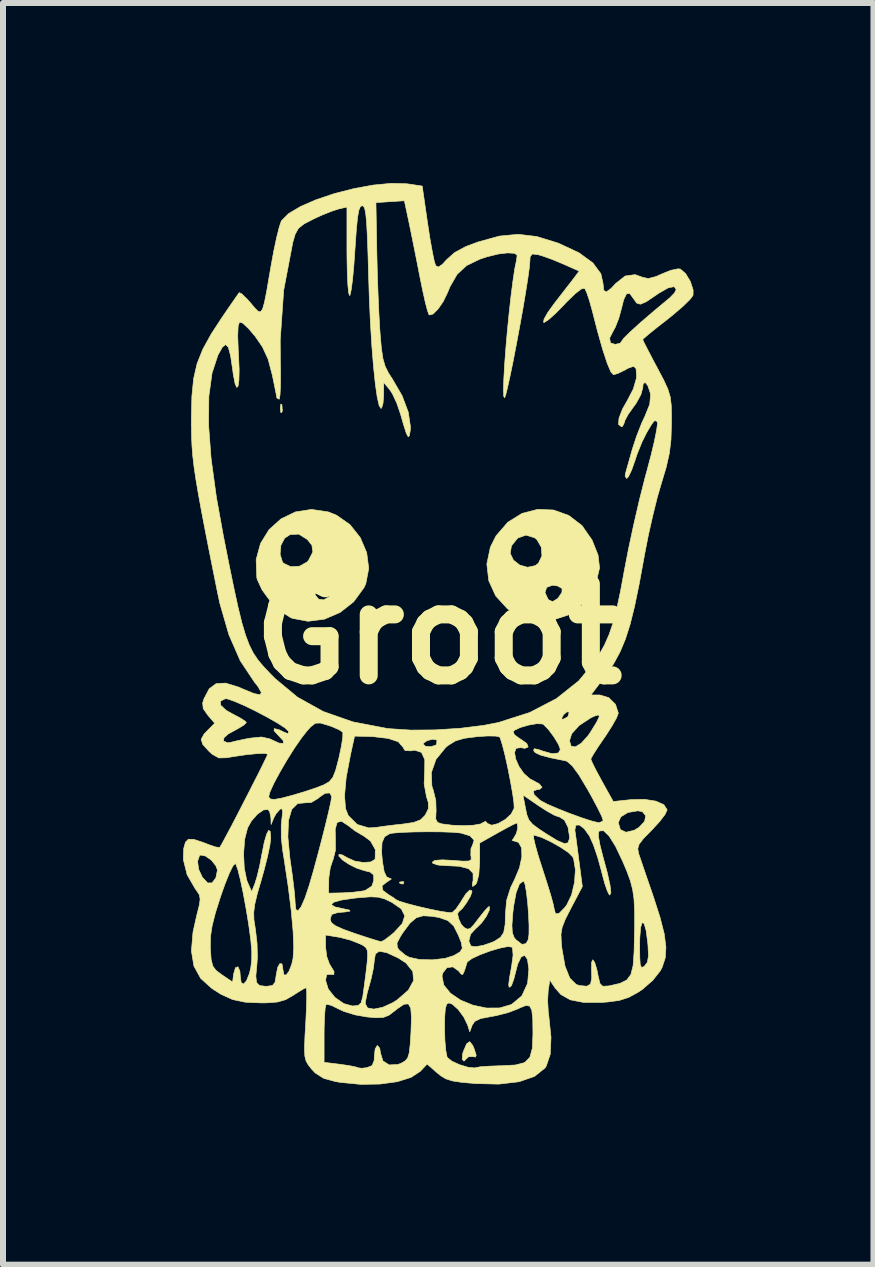
<source format=kicad_pcb>
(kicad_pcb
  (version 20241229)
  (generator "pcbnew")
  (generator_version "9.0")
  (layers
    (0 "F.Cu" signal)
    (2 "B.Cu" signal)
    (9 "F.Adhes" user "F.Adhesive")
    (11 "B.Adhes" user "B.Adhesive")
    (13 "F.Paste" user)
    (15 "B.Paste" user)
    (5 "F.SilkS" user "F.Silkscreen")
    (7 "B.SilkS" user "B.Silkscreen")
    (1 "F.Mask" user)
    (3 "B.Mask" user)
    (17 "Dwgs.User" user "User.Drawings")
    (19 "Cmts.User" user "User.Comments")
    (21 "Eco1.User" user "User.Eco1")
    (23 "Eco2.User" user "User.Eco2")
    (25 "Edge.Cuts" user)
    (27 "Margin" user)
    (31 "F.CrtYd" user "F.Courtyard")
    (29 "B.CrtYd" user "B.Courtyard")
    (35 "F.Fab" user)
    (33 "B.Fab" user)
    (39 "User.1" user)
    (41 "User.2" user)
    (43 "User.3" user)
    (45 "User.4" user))
  (footprint "Groot"
    (layer "F.Cu")
    (at 4.255 7.514)
    (property "Reference" "Groot" (at 0 0 0) (layer "F.SilkS") (effects (font (size 1.524 1.524) (thickness 0.3))))
    (attr through_hole)
    (fp_poly (pts (xy -2.608 -3.823) (xy -2.601 -3.719) (xy -2.608 -3.696) (xy -2.626 -3.689) (xy -2.634 -3.759) (xy -2.626 -3.831) (xy -2.608 -3.823)) (stroke (width 0.01) (type solid)) (fill yes) (layer "F.SilkS"))
    (fp_poly (pts (xy -0.576 4.132) (xy -0.583 4.162) (xy -0.61 4.166) (xy -0.651 4.147) (xy -0.643 4.132) (xy -0.583 4.126) (xy -0.576 4.132)) (stroke (width 0.01) (type solid)) (fill yes) (layer "F.SilkS"))
    (fp_poly (pts (xy 0.571 6.854) (xy 0.597 6.916) (xy 0.63 7.019) (xy 0.616 7.05) (xy 0.583 7.042) (xy 0.503 7.044) (xy 0.481 7.063) (xy 0.427 7.117) (xy 0.397 7.088) (xy 0.403 6.998) (xy 0.414 6.96) (xy 0.471 6.827) (xy 0.521 6.792) (xy 0.571 6.854)) (stroke (width 0.01) (type solid)) (fill yes) (layer "F.SilkS"))
    (fp_poly (pts (xy -1.834 -2.034) (xy -1.699 -1.98) (xy -1.473 -1.822) (xy -1.302 -1.606) (xy -1.195 -1.355) (xy -1.161 -1.092) (xy -1.209 -0.841) (xy -1.24 -0.772) (xy -1.412 -0.537) (xy -1.639 -0.359) (xy -1.9 -0.247) (xy -2.172 -0.212) (xy -2.433 -0.261) (xy -2.464 -0.274) (xy -2.632 -0.382) (xy -2.8 -0.547) (xy -2.879 -0.654) (xy -2.055 -0.654) (xy -1.997 -0.581) (xy -1.911 -0.569) (xy -1.82 -0.621) (xy -1.803 -0.685) (xy -1.842 -0.771) (xy -1.927 -0.808) (xy -2.013 -0.783) (xy -2.034 -0.759) (xy -2.055 -0.654) (xy -2.879 -0.654) (xy -2.938 -0.735) (xy -3.02 -0.912) (xy -3.026 -0.94) (xy -3.037 -1.239) (xy -3.013 -1.329) (xy -2.638 -1.329) (xy -2.599 -1.201) (xy -2.581 -1.179) (xy -2.46 -1.121) (xy -2.314 -1.13) (xy -2.188 -1.2) (xy -2.162 -1.231) (xy -2.092 -1.367) (xy -2.108 -1.479) (xy -2.184 -1.575) (xy -2.327 -1.664) (xy -2.471 -1.657) (xy -2.562 -1.597) (xy -2.625 -1.478) (xy -2.638 -1.329) (xy -3.013 -1.329) (xy -2.964 -1.509) (xy -2.822 -1.739) (xy -2.623 -1.918) (xy -2.383 -2.034) (xy -2.115 -2.076) (xy -1.834 -2.034)) (stroke (width 0.01) (type solid)) (fill yes) (layer "F.SilkS"))
    (fp_poly (pts (xy 1.919 -2.066) (xy 2.171 -1.976) (xy 2.391 -1.808) (xy 2.56 -1.566) (xy 2.66 -1.316) (xy 2.685 -1.1) (xy 2.633 -0.885) (xy 2.578 -0.763) (xy 2.395 -0.497) (xy 2.165 -0.318) (xy 1.892 -0.228) (xy 1.817 -0.221) (xy 1.637 -0.221) (xy 1.48 -0.24) (xy 1.424 -0.257) (xy 1.152 -0.419) (xy 0.955 -0.634) (xy 0.929 -0.691) (xy 1.776 -0.691) (xy 1.824 -0.586) (xy 1.84 -0.568) (xy 1.903 -0.539) (xy 1.981 -0.587) (xy 1.998 -0.604) (xy 2.058 -0.694) (xy 2.061 -0.757) (xy 1.988 -0.8) (xy 1.902 -0.813) (xy 1.804 -0.777) (xy 1.776 -0.691) (xy 0.929 -0.691) (xy 0.839 -0.888) (xy 0.807 -1.165) (xy 0.844 -1.343) (xy 1.196 -1.343) (xy 1.25 -1.231) (xy 1.355 -1.149) (xy 1.485 -1.112) (xy 1.613 -1.139) (xy 1.666 -1.179) (xy 1.725 -1.301) (xy 1.714 -1.447) (xy 1.64 -1.574) (xy 1.604 -1.603) (xy 1.458 -1.648) (xy 1.321 -1.598) (xy 1.217 -1.469) (xy 1.196 -1.343) (xy 0.844 -1.343) (xy 0.866 -1.448) (xy 0.959 -1.634) (xy 1.156 -1.862) (xy 1.394 -2.01) (xy 1.654 -2.077) (xy 1.919 -2.066)) (stroke (width 0.01) (type solid)) (fill yes) (layer "F.SilkS"))
    (fp_poly (pts (xy -0.528 -7.502) (xy -0.491 -7.497) (xy -0.27 -7.464) (xy -0.179 -6.836) (xy -0.141 -6.589) (xy -0.103 -6.377) (xy -0.071 -6.22) (xy -0.047 -6.141) (xy -0.046 -6.139) (xy -0.002 -6.114) (xy 0.067 -6.16) (xy 0.138 -6.238) (xy 0.268 -6.354) (xy 0.454 -6.455) (xy 0.66 -6.532) (xy 1.015 -6.63) (xy 1.329 -6.66) (xy 1.639 -6.623) (xy 1.981 -6.518) (xy 2.017 -6.504) (xy 2.342 -6.352) (xy 2.573 -6.184) (xy 2.707 -6.003) (xy 2.743 -5.84) (xy 2.755 -5.727) (xy 2.796 -5.699) (xy 2.876 -5.757) (xy 2.956 -5.842) (xy 3.112 -5.965) (xy 3.277 -5.988) (xy 3.405 -5.943) (xy 3.497 -5.923) (xy 3.625 -5.956) (xy 3.726 -6.001) (xy 3.873 -6.06) (xy 3.993 -6.085) (xy 4.031 -6.081) (xy 4.119 -6.005) (xy 4.198 -5.874) (xy 4.244 -5.733) (xy 4.243 -5.644) (xy 4.192 -5.575) (xy 4.079 -5.464) (xy 3.921 -5.328) (xy 3.809 -5.238) (xy 3.639 -5.105) (xy 3.504 -4.996) (xy 3.422 -4.925) (xy 3.404 -4.906) (xy 3.426 -4.857) (xy 3.487 -4.738) (xy 3.575 -4.569) (xy 3.645 -4.438) (xy 3.754 -4.231) (xy 3.824 -4.079) (xy 3.863 -3.949) (xy 3.88 -3.807) (xy 3.884 -3.619) (xy 3.883 -3.505) (xy 3.875 -3.237) (xy 3.848 -3.011) (xy 3.796 -2.78) (xy 3.719 -2.524) (xy 3.648 -2.281) (xy 3.572 -1.974) (xy 3.497 -1.641) (xy 3.434 -1.319) (xy 3.427 -1.279) (xy 3.344 -0.827) (xy 3.268 -0.459) (xy 3.194 -0.16) (xy 3.115 0.087) (xy 3.027 0.297) (xy 2.924 0.488) (xy 2.8 0.674) (xy 2.721 0.779) (xy 2.541 1.016) (xy 2.69 1.016) (xy 2.837 1.06) (xy 2.95 1.171) (xy 2.997 1.316) (xy 2.997 1.319) (xy 2.969 1.396) (xy 2.895 1.528) (xy 2.791 1.691) (xy 2.768 1.724) (xy 2.66 1.882) (xy 2.58 2.008) (xy 2.541 2.079) (xy 2.54 2.085) (xy 2.563 2.143) (xy 2.624 2.266) (xy 2.711 2.427) (xy 2.726 2.455) (xy 2.913 2.791) (xy 3.207 2.76) (xy 3.434 2.755) (xy 3.624 2.785) (xy 3.756 2.844) (xy 3.81 2.927) (xy 3.81 2.934) (xy 3.776 3.007) (xy 3.687 3.124) (xy 3.561 3.261) (xy 3.551 3.271) (xy 3.417 3.408) (xy 3.345 3.501) (xy 3.322 3.574) (xy 3.334 3.653) (xy 3.344 3.682) (xy 3.382 3.793) (xy 3.443 3.973) (xy 3.519 4.193) (xy 3.578 4.365) (xy 3.692 4.719) (xy 3.763 4.998) (xy 3.791 5.22) (xy 3.779 5.399) (xy 3.728 5.554) (xy 3.697 5.612) (xy 3.574 5.768) (xy 3.402 5.919) (xy 3.332 5.967) (xy 3.17 6.055) (xy 3.012 6.106) (xy 2.815 6.132) (xy 2.709 6.139) (xy 2.414 6.138) (xy 2.196 6.095) (xy 2.039 6.006) (xy 1.946 5.9) (xy 1.856 5.766) (xy 1.829 5.944) (xy 1.82 6.11) (xy 1.831 6.303) (xy 1.838 6.35) (xy 1.876 6.72) (xy 1.863 7.003) (xy 1.797 7.199) (xy 1.775 7.232) (xy 1.602 7.371) (xy 1.345 7.46) (xy 1.006 7.5) (xy 0.626 7.491) (xy 0.393 7.471) (xy 0.234 7.447) (xy 0.123 7.412) (xy 0.035 7.358) (xy -0.023 7.31) (xy -0.188 7.166) (xy -0.302 7.287) (xy -0.456 7.388) (xy -0.687 7.46) (xy -0.974 7.499) (xy -1.296 7.504) (xy -1.634 7.471) (xy -1.713 7.458) (xy -1.911 7.404) (xy -2.051 7.315) (xy -2.113 7.25) (xy -2.169 7.179) (xy -2.206 7.113) (xy -2.226 7.031) (xy -2.231 6.911) (xy -2.225 6.731) (xy -2.222 6.671) (xy -1.905 6.671) (xy -1.905 7.137) (xy -1.635 7.17) (xy -1.48 7.193) (xy -1.372 7.215) (xy -1.342 7.227) (xy -1.28 7.236) (xy -1.193 7.226) (xy -1.105 7.191) (xy -1.071 7.109) (xy -1.067 7.03) (xy -1.054 6.915) (xy -1.021 6.859) (xy -1.016 6.858) (xy -0.978 6.901) (xy -0.965 6.983) (xy -0.925 7.113) (xy -0.821 7.18) (xy -0.676 7.173) (xy -0.621 7.152) (xy -0.555 7.114) (xy -0.512 7.064) (xy -0.486 6.978) (xy -0.47 6.834) (xy -0.457 6.635) (xy -0.455 6.566) (xy 0.102 6.566) (xy 0.108 6.77) (xy 0.123 6.94) (xy 0.144 7.046) (xy 0.15 7.059) (xy 0.226 7.119) (xy 0.354 7.177) (xy 0.494 7.219) (xy 0.604 7.23) (xy 0.629 7.224) (xy 0.699 7.211) (xy 0.841 7.201) (xy 1.026 7.194) (xy 1.052 7.194) (xy 1.285 7.181) (xy 1.437 7.141) (xy 1.524 7.054) (xy 1.565 6.903) (xy 1.575 6.67) (xy 1.575 6.649) (xy 1.572 6.416) (xy 1.556 6.27) (xy 1.521 6.199) (xy 1.457 6.19) (xy 1.358 6.229) (xy 1.329 6.244) (xy 1.165 6.307) (xy 0.963 6.359) (xy 0.873 6.375) (xy 0.701 6.408) (xy 0.605 6.455) (xy 0.562 6.52) (xy 0.522 6.628) (xy 0.488 6.518) (xy 0.423 6.383) (xy 0.329 6.256) (xy 0.231 6.168) (xy 0.174 6.147) (xy 0.137 6.169) (xy 0.115 6.245) (xy 0.104 6.393) (xy 0.102 6.566) (xy -0.455 6.566) (xy -0.449 6.388) (xy -0.461 6.234) (xy -0.501 6.163) (xy -0.573 6.169) (xy -0.683 6.243) (xy -0.722 6.275) (xy -0.824 6.352) (xy -0.918 6.389) (xy -1.042 6.394) (xy -1.188 6.381) (xy -1.389 6.346) (xy -1.577 6.288) (xy -1.666 6.246) (xy -1.784 6.188) (xy -1.862 6.17) (xy -1.873 6.174) (xy -1.887 6.236) (xy -1.898 6.375) (xy -1.904 6.566) (xy -1.905 6.671) (xy -2.222 6.671) (xy -2.211 6.492) (xy -2.2 6.259) (xy -2.194 6.068) (xy -2.195 5.94) (xy -2.203 5.893) (xy -2.258 5.919) (xy -2.365 5.985) (xy -2.418 6.02) (xy -2.546 6.093) (xy -2.681 6.132) (xy -2.863 6.146) (xy -2.95 6.147) (xy -3.219 6.135) (xy -3.429 6.091) (xy -3.623 6.003) (xy -3.775 5.906) (xy -3.961 5.738) (xy -4.074 5.533) (xy -4.116 5.279) (xy -4.109 5.203) (xy -3.801 5.203) (xy -3.8 5.245) (xy -3.787 5.422) (xy -3.76 5.531) (xy -3.705 5.606) (xy -3.607 5.679) (xy -3.429 5.799) (xy -3.413 5.668) (xy -3.382 5.561) (xy -3.34 5.545) (xy -3.308 5.617) (xy -3.302 5.694) (xy -3.287 5.807) (xy -3.249 5.833) (xy -3.199 5.781) (xy -3.15 5.659) (xy -3.127 5.564) (xy -3.111 5.437) (xy -3.11 5.287) (xy -3.127 5.093) (xy -3.162 4.836) (xy -3.204 4.581) (xy -3.252 4.32) (xy -3.299 4.097) (xy -3.341 3.93) (xy -3.374 3.837) (xy -3.385 3.825) (xy -3.423 3.863) (xy -3.482 3.982) (xy -3.556 4.166) (xy -3.628 4.369) (xy -3.716 4.647) (xy -3.77 4.86) (xy -3.797 5.036) (xy -3.801 5.203) (xy -4.109 5.203) (xy -4.089 4.967) (xy -4.03 4.701) (xy -3.986 4.527) (xy -3.97 4.419) (xy -3.984 4.345) (xy -4.031 4.273) (xy -4.052 4.245) (xy -4.187 4.011) (xy -4.243 3.787) (xy -4.013 3.787) (xy -3.995 3.921) (xy -3.934 4.052) (xy -3.934 4.053) (xy -3.845 4.148) (xy -3.772 4.147) (xy -3.708 4.064) (xy -3.682 3.933) (xy -3.708 3.862) (xy -3.785 3.766) (xy -3.882 3.699) (xy -3.963 3.683) (xy -3.981 3.693) (xy -4.013 3.787) (xy -4.243 3.787) (xy -4.25 3.758) (xy -4.247 3.658) (xy -3.246 3.658) (xy -3.235 3.899) (xy -3.194 4.1) (xy -3.179 4.14) (xy -3.111 4.293) (xy -3.056 4.154) (xy -3.019 4.032) (xy -2.976 3.851) (xy -2.942 3.671) (xy -2.902 3.471) (xy -2.862 3.334) (xy -2.828 3.271) (xy -2.803 3.289) (xy -2.794 3.398) (xy -2.794 3.4) (xy -2.808 3.519) (xy -2.847 3.706) (xy -2.904 3.931) (xy -2.949 4.092) (xy -3.019 4.331) (xy -3.06 4.503) (xy -3.077 4.637) (xy -3.074 4.76) (xy -3.052 4.903) (xy -3.048 4.928) (xy -3.022 5.152) (xy -3.016 5.388) (xy -3.025 5.513) (xy -3.042 5.7) (xy -3.03 5.808) (xy -2.979 5.858) (xy -2.88 5.87) (xy -2.861 5.87) (xy -2.765 5.857) (xy -2.721 5.801) (xy -2.702 5.677) (xy -2.678 5.555) (xy -2.641 5.491) (xy -2.606 5.498) (xy -2.591 5.588) (xy -2.591 5.592) (xy -2.575 5.678) (xy -2.537 5.682) (xy -2.489 5.619) (xy -2.444 5.502) (xy -2.422 5.406) (xy -2.411 5.225) (xy -2.411 5.216) (xy -1.88 5.216) (xy -1.861 5.373) (xy -1.815 5.5) (xy -1.805 5.515) (xy -1.739 5.624) (xy -1.743 5.677) (xy -1.803 5.671) (xy -1.862 5.677) (xy -1.88 5.767) (xy -1.88 5.771) (xy -1.835 5.917) (xy -1.724 6.056) (xy -1.576 6.159) (xy -1.431 6.198) (xy -1.339 6.19) (xy -1.303 6.16) (xy -1.219 6.16) (xy -1.18 6.231) (xy -1.076 6.25) (xy -0.929 6.22) (xy -0.76 6.143) (xy -0.686 6.096) (xy -0.5 5.934) (xy -0.414 5.775) (xy -0.42 5.7) (xy 0.06 5.7) (xy 0.09 5.849) (xy 0.2 5.985) (xy 0.369 6.1) (xy 0.576 6.185) (xy 0.8 6.232) (xy 1.02 6.231) (xy 1.215 6.174) (xy 1.221 6.171) (xy 1.39 6.03) (xy 1.486 5.821) (xy 1.507 5.586) (xy 1.484 5.423) (xy 1.437 5.355) (xy 1.379 5.381) (xy 1.321 5.5) (xy 1.296 5.597) (xy 1.258 5.745) (xy 1.221 5.849) (xy 1.206 5.872) (xy 1.178 5.886) (xy 1.171 5.842) (xy 1.185 5.726) (xy 1.22 5.534) (xy 1.244 5.353) (xy 1.236 5.239) (xy 1.224 5.217) (xy 1.155 5.208) (xy 1.024 5.234) (xy 0.861 5.282) (xy 0.697 5.343) (xy 0.561 5.406) (xy 0.484 5.461) (xy 0.477 5.474) (xy 0.433 5.614) (xy 0.405 5.673) (xy 0.378 5.667) (xy 0.338 5.616) (xy 0.241 5.546) (xy 0.141 5.56) (xy 0.072 5.65) (xy 0.06 5.7) (xy -0.42 5.7) (xy -0.427 5.623) (xy -0.54 5.482) (xy -0.671 5.397) (xy -0.862 5.309) (xy -0.985 5.286) (xy -1.049 5.329) (xy -1.067 5.428) (xy -1.082 5.563) (xy -1.12 5.739) (xy -1.142 5.821) (xy -1.187 5.983) (xy -1.214 6.116) (xy -1.219 6.16) (xy -1.303 6.16) (xy -1.289 6.148) (xy -1.261 6.047) (xy -1.248 5.956) (xy -1.211 5.676) (xy -1.188 5.479) (xy -1.179 5.349) (xy -1.186 5.269) (xy -1.211 5.222) (xy -1.254 5.19) (xy -1.311 5.161) (xy -1.34 5.15) (xy -0.69 5.15) (xy -0.684 5.223) (xy -0.655 5.264) (xy -0.551 5.352) (xy -0.484 5.387) (xy -0.314 5.424) (xy -0.1 5.429) (xy 0.111 5.405) (xy 0.257 5.358) (xy 0.359 5.298) (xy 0.398 5.237) (xy 0.381 5.141) (xy 0.333 5.019) (xy 0.255 4.865) (xy 0.158 4.775) (xy 0.012 4.724) (xy -0.104 4.704) (xy -0.254 4.695) (xy -0.369 4.728) (xy -0.475 4.819) (xy -0.595 4.981) (xy -0.634 5.042) (xy -0.69 5.15) (xy -1.34 5.15) (xy -1.465 5.101) (xy -1.645 5.054) (xy -1.671 5.05) (xy -1.88 5.016) (xy -1.88 5.216) (xy -2.411 5.216) (xy -2.421 4.957) (xy -2.44 4.75) (xy -1.803 4.75) (xy -1.785 4.808) (xy -1.717 4.861) (xy -1.584 4.921) (xy -1.397 4.988) (xy -1.207 5.051) (xy -1.055 5.099) (xy -0.966 5.125) (xy -0.954 5.127) (xy -0.898 5.099) (xy -0.796 5.022) (xy -0.738 4.973) (xy -0.601 4.823) (xy -0.561 4.695) (xy -0.619 4.58) (xy -0.775 4.472) (xy -0.894 4.415) (xy -1.001 4.385) (xy -1.13 4.379) (xy -1.314 4.393) (xy -1.397 4.401) (xy -1.616 4.433) (xy -1.746 4.47) (xy -1.784 4.508) (xy -1.727 4.546) (xy -1.589 4.577) (xy -1.483 4.6) (xy -1.473 4.617) (xy -1.561 4.632) (xy -1.676 4.641) (xy -1.778 4.673) (xy -1.803 4.75) (xy -2.44 4.75) (xy -2.452 4.613) (xy -2.503 4.205) (xy -2.572 3.745) (xy -2.596 3.599) (xy -2.618 3.393) (xy -2.618 3.38) (xy -2.508 3.38) (xy -2.474 3.743) (xy -2.464 3.809) (xy -2.431 4.044) (xy -2.405 4.257) (xy -2.39 4.418) (xy -2.388 4.474) (xy -2.375 4.59) (xy -2.341 4.613) (xy -2.289 4.548) (xy -2.224 4.401) (xy -2.196 4.318) (xy -1.829 4.318) (xy -1.587 4.313) (xy -1.412 4.302) (xy -1.259 4.282) (xy -1.219 4.273) (xy -1.109 4.201) (xy -1.077 4.106) (xy -1.08 4.014) (xy -1.137 3.967) (xy -1.237 3.942) (xy -1.36 3.902) (xy -1.489 3.838) (xy -1.598 3.765) (xy -1.658 3.701) (xy -1.657 3.672) (xy -1.603 3.68) (xy -1.516 3.729) (xy -1.394 3.784) (xy -1.252 3.807) (xy -1.127 3.798) (xy -1.057 3.755) (xy -1.055 3.748) (xy -1.052 3.643) (xy -0.946 3.643) (xy -0.933 3.789) (xy -0.904 3.96) (xy -0.863 4.047) (xy -0.819 4.067) (xy -0.783 4.082) (xy -0.843 4.122) (xy -0.852 4.127) (xy -0.94 4.196) (xy -0.927 4.271) (xy -0.835 4.34) (xy -0.745 4.396) (xy -0.711 4.424) (xy -0.647 4.454) (xy -0.511 4.495) (xy -0.333 4.541) (xy -0.141 4.585) (xy 0.036 4.621) (xy 0.17 4.641) (xy 0.229 4.641) (xy 0.292 4.583) (xy 0.369 4.472) (xy 0.386 4.442) (xy 0.461 4.325) (xy 0.523 4.266) (xy 0.557 4.279) (xy 0.559 4.297) (xy 0.533 4.37) (xy 0.472 4.474) (xy 0.401 4.571) (xy 0.347 4.621) (xy 0.341 4.623) (xy 0.32 4.66) (xy 0.337 4.744) (xy 0.379 4.836) (xy 0.426 4.889) (xy 0.481 4.918) (xy 0.53 4.907) (xy 0.593 4.841) (xy 0.682 4.724) (xy 0.771 4.612) (xy 0.833 4.547) (xy 0.849 4.541) (xy 0.848 4.602) (xy 0.798 4.705) (xy 0.72 4.814) (xy 0.635 4.898) (xy 0.627 4.903) (xy 0.536 5.001) (xy 0.507 5.116) (xy 0.541 5.198) (xy 0.614 5.211) (xy 0.743 5.189) (xy 0.89 5.139) (xy 0.94 5.116) (xy 1.034 5.055) (xy 1.088 4.974) (xy 1.109 4.855) (xy 1.225 4.855) (xy 1.232 4.979) (xy 1.262 5.058) (xy 1.293 5.095) (xy 1.393 5.172) (xy 1.46 5.158) (xy 1.496 5.094) (xy 1.509 5.005) (xy 1.509 5.004) (xy 2.042 5.004) (xy 2.048 5.144) (xy 2.058 5.243) (xy 2.11 5.535) (xy 2.189 5.733) (xy 2.296 5.839) (xy 2.349 5.857) (xy 2.471 5.869) (xy 2.535 5.834) (xy 2.555 5.732) (xy 2.551 5.608) (xy 2.552 5.472) (xy 2.572 5.428) (xy 2.604 5.472) (xy 2.642 5.598) (xy 2.662 5.701) (xy 2.691 5.823) (xy 2.737 5.869) (xy 2.831 5.865) (xy 2.859 5.86) (xy 3.027 5.821) (xy 3.139 5.765) (xy 3.207 5.674) (xy 3.244 5.526) (xy 3.26 5.304) (xy 3.263 5.193) (xy 3.263 5.178) (xy 3.353 5.178) (xy 3.355 5.382) (xy 3.362 5.502) (xy 3.38 5.552) (xy 3.411 5.55) (xy 3.435 5.532) (xy 3.482 5.469) (xy 3.5 5.364) (xy 3.492 5.19) (xy 3.49 5.164) (xy 3.462 4.945) (xy 3.428 4.826) (xy 3.396 4.807) (xy 3.37 4.888) (xy 3.355 5.068) (xy 3.353 5.178) (xy 3.263 5.178) (xy 3.27 4.862) (xy 3.269 4.611) (xy 3.259 4.416) (xy 3.236 4.256) (xy 3.197 4.108) (xy 3.139 3.95) (xy 3.073 3.794) (xy 2.952 3.539) (xy 2.844 3.366) (xy 2.753 3.278) (xy 2.684 3.281) (xy 2.668 3.3) (xy 2.666 3.37) (xy 2.69 3.508) (xy 2.735 3.685) (xy 2.737 3.694) (xy 2.813 3.974) (xy 2.859 4.182) (xy 2.874 4.309) (xy 2.856 4.349) (xy 2.848 4.346) (xy 2.816 4.286) (xy 2.77 4.153) (xy 2.722 3.973) (xy 2.713 3.936) (xy 2.653 3.72) (xy 2.584 3.516) (xy 2.518 3.368) (xy 2.516 3.365) (xy 2.429 3.243) (xy 2.348 3.182) (xy 2.29 3.186) (xy 2.274 3.263) (xy 2.275 3.277) (xy 2.289 3.373) (xy 2.311 3.539) (xy 2.337 3.742) (xy 2.344 3.793) (xy 2.398 4.208) (xy 2.21 4.566) (xy 2.115 4.752) (xy 2.062 4.886) (xy 2.042 5.004) (xy 1.509 5.004) (xy 1.51 4.855) (xy 1.502 4.671) (xy 1.487 4.478) (xy 1.467 4.303) (xy 1.444 4.174) (xy 1.421 4.116) (xy 1.418 4.115) (xy 1.351 4.164) (xy 1.295 4.308) (xy 1.252 4.539) (xy 1.239 4.659) (xy 1.225 4.855) (xy 1.109 4.855) (xy 1.112 4.843) (xy 1.117 4.666) (xy 1.136 4.438) (xy 1.203 4.227) (xy 1.267 4.095) (xy 1.351 3.896) (xy 1.39 3.712) (xy 1.386 3.564) (xy 1.336 3.473) (xy 1.279 3.454) (xy 1.228 3.44) (xy 1.257 3.398) (xy 1.586 3.398) (xy 1.614 3.52) (xy 1.665 3.7) (xy 1.736 3.921) (xy 1.737 3.924) (xy 1.812 4.157) (xy 1.874 4.359) (xy 1.915 4.51) (xy 1.93 4.585) (xy 1.952 4.663) (xy 2.014 4.652) (xy 2.109 4.554) (xy 2.139 4.513) (xy 2.219 4.347) (xy 2.268 4.138) (xy 2.282 3.926) (xy 2.254 3.752) (xy 2.238 3.714) (xy 2.167 3.642) (xy 2.034 3.552) (xy 1.874 3.462) (xy 1.719 3.389) (xy 1.603 3.354) (xy 1.588 3.353) (xy 1.586 3.398) (xy 1.257 3.398) (xy 1.26 3.393) (xy 1.301 3.32) (xy 1.322 3.226) (xy 1.315 3.159) (xy 1.301 3.15) (xy 1.25 3.173) (xy 1.135 3.233) (xy 0.984 3.316) (xy 0.688 3.483) (xy 0.687 3.796) (xy 0.673 4.011) (xy 0.637 4.147) (xy 0.616 4.176) (xy 0.57 4.208) (xy 0.565 4.164) (xy 0.578 4.104) (xy 0.577 3.986) (xy 0.502 3.91) (xy 0.345 3.87) (xy 0.156 3.861) (xy -0.007 3.85) (xy -0.093 3.821) (xy -0.102 3.803) (xy -0.061 3.772) (xy 0.066 3.763) (xy 0.233 3.772) (xy 0.411 3.785) (xy 0.509 3.782) (xy 0.546 3.759) (xy 0.545 3.711) (xy 0.54 3.693) (xy 0.542 3.577) (xy 0.569 3.518) (xy 0.594 3.434) (xy 0.526 3.363) (xy 0.374 3.316) (xy 0.372 3.316) (xy 0.243 3.304) (xy 0.052 3.297) (xy -0.172 3.295) (xy -0.4 3.298) (xy -0.603 3.305) (xy -0.754 3.317) (xy -0.812 3.327) (xy -0.897 3.379) (xy -0.94 3.478) (xy -0.946 3.643) (xy -1.052 3.643) (xy -1.051 3.592) (xy -1.132 3.449) (xy -1.238 3.37) (xy -1.385 3.283) (xy -1.508 3.189) (xy -1.617 3.119) (xy -1.689 3.141) (xy -1.72 3.256) (xy -1.716 3.405) (xy -1.716 3.605) (xy -1.754 3.757) (xy -1.759 3.766) (xy -1.802 3.895) (xy -1.826 4.062) (xy -1.827 4.102) (xy -1.829 4.318) (xy -2.196 4.318) (xy -2.153 4.189) (xy -2.087 3.962) (xy -2.017 3.705) (xy -1.947 3.439) (xy -1.883 3.186) (xy -1.83 2.966) (xy -1.793 2.8) (xy -1.778 2.709) (xy -1.778 2.705) (xy -1.786 2.692) (xy -1.564 2.692) (xy -1.548 2.908) (xy -1.502 3.025) (xy -1.352 3.174) (xy -1.159 3.231) (xy -1.041 3.223) (xy -0.904 3.203) (xy -0.717 3.18) (xy -0.594 3.167) (xy -0.412 3.14) (xy -0.299 3.097) (xy -0.226 3.026) (xy -0.217 3.012) (xy -0.166 2.909) (xy -0.169 2.805) (xy -0.199 2.711) (xy -0.238 2.497) (xy -0.23 2.309) (xy -0.118 2.309) (xy -0.109 2.533) (xy -0.086 2.602) (xy -0.044 2.772) (xy -0.038 2.952) (xy -0.039 2.955) (xy -0.045 3.081) (xy -0.014 3.14) (xy 0.058 3.164) (xy 0.231 3.186) (xy 0.417 3.193) (xy 0.584 3.186) (xy 0.703 3.165) (xy 0.74 3.144) (xy 0.786 3.121) (xy 0.818 3.157) (xy 0.887 3.186) (xy 0.996 3.158) (xy 1.115 3.09) (xy 1.213 2.999) (xy 1.262 2.903) (xy 1.258 2.81) (xy 1.24 2.682) (xy 1.409 2.682) (xy 1.446 2.877) (xy 1.473 3.01) (xy 1.508 3.099) (xy 1.571 3.172) (xy 1.684 3.255) (xy 1.796 3.329) (xy 1.979 3.441) (xy 2.096 3.491) (xy 2.159 3.48) (xy 2.183 3.41) (xy 2.184 3.375) (xy 2.16 3.22) (xy 2.099 3.1) (xy 2.017 3.048) (xy 2.011 3.048) (xy 1.935 3.021) (xy 1.807 2.95) (xy 1.675 2.865) (xy 1.409 2.682) (xy 1.24 2.682) (xy 1.235 2.65) (xy 1.199 2.447) (xy 1.156 2.229) (xy 1.11 2.02) (xy 1.066 1.848) (xy 1.031 1.738) (xy 1.019 1.715) (xy 0.956 1.701) (xy 0.821 1.699) (xy 0.643 1.71) (xy 0.639 1.711) (xy 0.43 1.738) (xy 0.285 1.781) (xy 0.167 1.853) (xy 0.12 1.892) (xy -0.04 2.088) (xy -0.118 2.309) (xy -0.23 2.309) (xy -0.229 2.292) (xy -0.227 2.093) (xy -0.282 1.973) (xy -0.394 1.936) (xy -0.463 1.947) (xy -0.557 1.942) (xy -0.595 1.878) (xy -0.634 1.835) (xy -0.254 1.835) (xy -0.214 1.871) (xy -0.128 1.877) (xy -0.049 1.854) (xy -0.03 1.836) (xy -0.025 1.772) (xy -0.03 1.765) (xy -0.097 1.753) (xy -0.188 1.777) (xy -0.25 1.82) (xy -0.254 1.835) (xy -0.634 1.835) (xy -0.668 1.796) (xy -0.835 1.74) (xy -1.089 1.71) (xy -1.194 1.706) (xy -1.397 1.702) (xy -1.464 2.007) (xy -1.537 2.393) (xy -1.564 2.692) (xy -1.786 2.692) (xy -1.811 2.648) (xy -1.89 2.655) (xy -1.987 2.722) (xy -2 2.736) (xy -2.116 2.806) (xy -2.198 2.811) (xy -2.344 2.824) (xy -2.444 2.922) (xy -2.498 3.107) (xy -2.508 3.38) (xy -2.618 3.38) (xy -2.619 3.187) (xy -2.61 3.096) (xy -2.595 2.962) (xy -2.608 2.911) (xy -2.637 2.918) (xy -2.705 2.994) (xy -2.744 3.066) (xy -2.788 3.175) (xy -2.791 3.064) (xy -2.811 2.964) (xy -2.837 2.926) (xy -2.914 2.931) (xy -3.016 3.002) (xy -3.116 3.116) (xy -3.18 3.231) (xy -3.228 3.42) (xy -3.246 3.658) (xy -4.247 3.658) (xy -4.244 3.573) (xy -4.215 3.469) (xy -4.166 3.42) (xy -4.075 3.422) (xy -3.922 3.472) (xy -3.825 3.51) (xy -3.711 3.549) (xy -3.646 3.556) (xy -3.642 3.554) (xy -3.608 3.496) (xy -3.539 3.368) (xy -3.443 3.188) (xy -3.332 2.974) (xy -3.214 2.744) (xy -3.197 2.712) (xy -2.828 2.712) (xy -2.827 2.717) (xy -2.797 2.75) (xy -2.732 2.756) (xy -2.608 2.734) (xy -2.428 2.686) (xy -2.223 2.625) (xy -2.035 2.562) (xy -1.904 2.511) (xy -1.901 2.509) (xy -1.818 2.46) (xy -1.759 2.389) (xy -1.712 2.271) (xy -1.662 2.082) (xy -1.656 2.057) (xy -1.617 1.871) (xy -1.594 1.724) (xy -1.592 1.642) (xy -1.594 1.636) (xy -1.61 1.625) (xy 1.245 1.625) (xy 1.265 1.677) (xy 1.352 1.742) (xy 1.372 1.753) (xy 1.472 1.824) (xy 1.496 1.882) (xy 1.442 1.905) (xy 1.372 1.894) (xy 1.294 1.904) (xy 1.269 1.974) (xy 1.287 2.081) (xy 1.341 2.205) (xy 1.423 2.323) (xy 1.524 2.413) (xy 1.569 2.436) (xy 1.683 2.499) (xy 1.726 2.554) (xy 1.689 2.587) (xy 1.651 2.591) (xy 1.582 2.615) (xy 1.595 2.677) (xy 1.685 2.763) (xy 1.71 2.78) (xy 1.815 2.836) (xy 1.982 2.908) (xy 2.181 2.987) (xy 2.381 3.06) (xy 2.553 3.116) (xy 2.668 3.144) (xy 2.68 3.146) (xy 2.685 3.143) (xy 2.997 3.143) (xy 3.032 3.259) (xy 3.125 3.303) (xy 3.261 3.271) (xy 3.341 3.223) (xy 3.435 3.124) (xy 3.454 3.028) (xy 3.399 2.961) (xy 3.324 2.946) (xy 3.157 2.974) (xy 3.039 3.047) (xy 2.997 3.143) (xy 2.685 3.143) (xy 2.739 3.117) (xy 2.743 3.098) (xy 2.72 3.034) (xy 2.656 2.904) (xy 2.563 2.728) (xy 2.486 2.59) (xy 2.343 2.351) (xy 2.231 2.198) (xy 2.145 2.123) (xy 2.118 2.113) (xy 1.866 2.062) (xy 1.702 2.018) (xy 1.613 1.976) (xy 1.587 1.944) (xy 1.596 1.911) (xy 1.669 1.925) (xy 1.736 1.95) (xy 1.893 1.994) (xy 1.998 1.983) (xy 2.032 1.925) (xy 2.002 1.842) (xy 1.964 1.778) (xy 2.184 1.778) (xy 2.211 1.868) (xy 2.281 1.881) (xy 2.379 1.821) (xy 2.492 1.696) (xy 2.535 1.634) (xy 2.637 1.468) (xy 2.681 1.376) (xy 2.666 1.347) (xy 2.592 1.371) (xy 2.537 1.398) (xy 2.344 1.525) (xy 2.221 1.662) (xy 2.184 1.778) (xy 1.964 1.778) (xy 1.929 1.72) (xy 1.839 1.599) (xy 1.759 1.514) (xy 1.734 1.499) (xy 1.64 1.494) (xy 1.501 1.518) (xy 1.361 1.559) (xy 1.263 1.607) (xy 1.245 1.625) (xy -1.61 1.625) (xy -1.655 1.595) (xy -1.777 1.542) (xy -1.833 1.523) (xy -1.968 1.483) (xy -2.051 1.487) (xy -2.126 1.545) (xy -2.182 1.606) (xy -2.285 1.737) (xy -2.405 1.911) (xy -2.529 2.109) (xy -2.645 2.308) (xy -2.742 2.489) (xy -2.807 2.631) (xy -2.828 2.712) (xy -3.197 2.712) (xy -3.098 2.517) (xy -2.993 2.312) (xy -2.911 2.145) (xy -2.858 2.036) (xy -2.845 2.003) (xy -2.891 1.989) (xy -3.015 1.993) (xy -3.194 2.01) (xy -3.407 2.041) (xy -3.532 2.062) (xy -3.659 2.065) (xy -3.77 2.003) (xy -3.824 1.953) (xy -3.927 1.839) (xy -3.953 1.755) (xy -3.905 1.668) (xy -3.845 1.605) (xy -3.727 1.487) (xy -3.843 1.352) (xy -3.919 1.243) (xy -3.928 1.147) (xy -3.919 1.12) (xy -3.633 1.12) (xy -3.627 1.188) (xy -3.536 1.272) (xy -3.433 1.33) (xy -3.3 1.4) (xy -3.216 1.455) (xy -3.2 1.475) (xy -3.241 1.517) (xy -3.338 1.576) (xy -3.34 1.577) (xy -3.499 1.664) (xy -3.574 1.729) (xy -3.579 1.782) (xy -3.577 1.786) (xy -3.51 1.813) (xy -3.463 1.806) (xy -3.363 1.781) (xy -3.211 1.749) (xy -3.143 1.736) (xy -2.948 1.716) (xy -2.809 1.747) (xy -2.787 1.758) (xy -2.655 1.818) (xy -2.584 1.823) (xy -2.585 1.778) (xy -2.657 1.7) (xy -2.738 1.613) (xy -2.735 1.576) (xy -2.653 1.596) (xy -2.582 1.631) (xy -2.507 1.661) (xy -2.496 1.63) (xy -2.5 1.618) (xy -2.554 1.566) (xy -2.677 1.486) (xy -2.847 1.389) (xy -3.038 1.288) (xy -3.229 1.195) (xy -3.395 1.123) (xy -3.513 1.082) (xy -3.551 1.078) (xy -3.633 1.12) (xy -3.919 1.12) (xy -3.907 1.08) (xy -3.819 0.913) (xy -3.704 0.827) (xy -3.547 0.818) (xy -3.334 0.883) (xy -3.258 0.916) (xy -3.073 0.992) (xy -2.972 1.012) (xy -2.95 0.976) (xy -3.004 0.879) (xy -3.068 0.797) (xy -3.301 0.447) (xy -3.491 0.012) (xy -3.642 -0.511) (xy -3.681 -0.694) (xy -3.787 -1.222) (xy -3.874 -1.663) (xy -3.944 -2.028) (xy -3.999 -2.329) (xy -4.041 -2.577) (xy -4.072 -2.786) (xy -4.093 -2.966) (xy -4.106 -3.13) (xy -4.113 -3.289) (xy -4.115 -3.455) (xy -4.116 -3.487) (xy -3.83 -3.487) (xy -3.788 -2.926) (xy -3.699 -2.276) (xy -3.586 -1.651) (xy -3.49 -1.165) (xy -3.408 -0.766) (xy -3.338 -0.444) (xy -3.275 -0.187) (xy -3.214 0.018) (xy -3.152 0.182) (xy -3.085 0.316) (xy -3.007 0.432) (xy -2.915 0.542) (xy -2.805 0.658) (xy -2.722 0.742) (xy -2.349 1.052) (xy -1.92 1.291) (xy -1.426 1.464) (xy -0.858 1.573) (xy -0.813 1.578) (xy -0.462 1.601) (xy -0.056 1.598) (xy 0.364 1.571) (xy 0.756 1.522) (xy 1.003 1.474) (xy 1.205 1.409) (xy 2.051 1.409) (xy 2.074 1.422) (xy 2.148 1.385) (xy 2.161 1.368) (xy 2.18 1.302) (xy 2.141 1.297) (xy 2.084 1.345) (xy 2.051 1.409) (xy 1.205 1.409) (xy 1.521 1.308) (xy 1.967 1.076) (xy 2.338 0.781) (xy 2.631 0.426) (xy 2.767 0.184) (xy 2.844 0.009) (xy 2.91 -0.185) (xy 2.971 -0.418) (xy 3.034 -0.712) (xy 3.095 -1.042) (xy 3.166 -1.411) (xy 3.255 -1.826) (xy 3.351 -2.241) (xy 3.445 -2.613) (xy 3.471 -2.707) (xy 3.543 -2.978) (xy 3.599 -3.213) (xy 3.636 -3.396) (xy 3.651 -3.509) (xy 3.646 -3.537) (xy 3.616 -3.555) (xy 3.59 -3.545) (xy 3.55 -3.489) (xy 3.477 -3.367) (xy 3.469 -3.353) (xy 3.393 -3.201) (xy 3.314 -3.006) (xy 3.273 -2.883) (xy 3.218 -2.728) (xy 3.167 -2.623) (xy 3.137 -2.591) (xy 3.111 -2.63) (xy 3.118 -2.68) (xy 3.145 -2.775) (xy 3.189 -2.93) (xy 3.229 -3.073) (xy 3.3 -3.29) (xy 3.387 -3.513) (xy 3.439 -3.624) (xy 3.521 -3.827) (xy 3.535 -3.985) (xy 3.53 -4.017) (xy 3.489 -4.139) (xy 3.445 -4.193) (xy 3.412 -4.169) (xy 3.404 -4.099) (xy 3.373 -3.987) (xy 3.295 -3.845) (xy 3.251 -3.785) (xy 3.161 -3.658) (xy 3.106 -3.555) (xy 3.099 -3.524) (xy 3.069 -3.461) (xy 3.048 -3.454) (xy 3.001 -3.493) (xy 3.009 -3.597) (xy 3.067 -3.748) (xy 3.15 -3.894) (xy 3.248 -4.084) (xy 3.298 -4.257) (xy 3.302 -4.303) (xy 3.293 -4.423) (xy 3.253 -4.461) (xy 3.159 -4.428) (xy 3.099 -4.394) (xy 2.987 -4.34) (xy 2.916 -4.32) (xy 2.873 -4.368) (xy 2.813 -4.51) (xy 2.737 -4.741) (xy 2.683 -4.932) (xy 2.853 -4.932) (xy 2.866 -4.851) (xy 2.946 -4.826) (xy 3.029 -4.845) (xy 3.048 -4.872) (xy 3.086 -4.925) (xy 3.191 -5.029) (xy 3.353 -5.177) (xy 3.56 -5.355) (xy 3.799 -5.555) (xy 3.854 -5.6) (xy 3.934 -5.683) (xy 3.962 -5.74) (xy 3.928 -5.788) (xy 3.829 -5.768) (xy 3.676 -5.681) (xy 3.615 -5.639) (xy 3.463 -5.536) (xy 3.366 -5.495) (xy 3.303 -5.514) (xy 3.251 -5.588) (xy 3.188 -5.674) (xy 3.134 -5.668) (xy 3.086 -5.567) (xy 3.052 -5.431) (xy 3.005 -5.258) (xy 2.948 -5.113) (xy 2.921 -5.064) (xy 2.853 -4.932) (xy 2.683 -4.932) (xy 2.648 -5.056) (xy 2.564 -5.385) (xy 2.515 -5.56) (xy 2.469 -5.696) (xy 2.436 -5.762) (xy 2.381 -5.749) (xy 2.276 -5.668) (xy 2.131 -5.527) (xy 2.09 -5.482) (xy 1.951 -5.341) (xy 1.837 -5.239) (xy 1.765 -5.192) (xy 1.751 -5.193) (xy 1.761 -5.248) (xy 1.823 -5.358) (xy 1.925 -5.5) (xy 1.936 -5.514) (xy 2.063 -5.678) (xy 2.178 -5.826) (xy 2.253 -5.923) (xy 2.346 -6.047) (xy 2.075 -6.167) (xy 1.899 -6.24) (xy 1.738 -6.298) (xy 1.664 -6.32) (xy 1.564 -6.332) (xy 1.528 -6.286) (xy 1.524 -6.212) (xy 1.515 -6.106) (xy 1.49 -5.925) (xy 1.453 -5.689) (xy 1.407 -5.416) (xy 1.354 -5.122) (xy 1.299 -4.826) (xy 1.245 -4.546) (xy 1.194 -4.299) (xy 1.151 -4.103) (xy 1.119 -3.976) (xy 1.103 -3.937) (xy 1.088 -3.963) (xy 1.084 -4.075) (xy 1.09 -4.255) (xy 1.103 -4.487) (xy 1.123 -4.756) (xy 1.148 -5.044) (xy 1.177 -5.337) (xy 1.208 -5.618) (xy 1.24 -5.871) (xy 1.271 -6.08) (xy 1.301 -6.227) (xy 1.312 -6.309) (xy 1.271 -6.343) (xy 1.154 -6.35) (xy 1.15 -6.35) (xy 0.999 -6.332) (xy 0.808 -6.285) (xy 0.689 -6.245) (xy 0.47 -6.139) (xy 0.313 -5.995) (xy 0.193 -5.787) (xy 0.153 -5.69) (xy 0.081 -5.541) (xy -0.006 -5.414) (xy -0.089 -5.332) (xy -0.15 -5.315) (xy -0.157 -5.321) (xy -0.181 -5.384) (xy -0.218 -5.525) (xy -0.262 -5.722) (xy -0.302 -5.918) (xy -0.356 -6.194) (xy -0.413 -6.479) (xy -0.464 -6.731) (xy -0.488 -6.848) (xy -0.567 -7.219) (xy -0.804 -7.204) (xy -1.041 -7.188) (xy -1.026 -6.35) (xy -1.018 -6.018) (xy -1.006 -5.673) (xy -0.992 -5.35) (xy -0.977 -5.082) (xy -0.971 -5) (xy -0.95 -4.757) (xy -0.924 -4.586) (xy -0.887 -4.459) (xy -0.83 -4.346) (xy -0.767 -4.249) (xy -0.605 -3.97) (xy -0.502 -3.696) (xy -0.466 -3.453) (xy -0.469 -3.395) (xy -0.483 -3.306) (xy -0.503 -3.286) (xy -0.534 -3.342) (xy -0.579 -3.482) (xy -0.631 -3.664) (xy -0.693 -3.845) (xy -0.766 -4.002) (xy -0.811 -4.071) (xy -0.911 -4.191) (xy -0.913 -3.975) (xy -0.923 -3.843) (xy -0.946 -3.767) (xy -0.957 -3.759) (xy -0.988 -3.808) (xy -1.02 -3.948) (xy -1.051 -4.166) (xy -1.081 -4.453) (xy -1.109 -4.797) (xy -1.133 -5.186) (xy -1.152 -5.611) (xy -1.163 -5.969) (xy -1.174 -6.349) (xy -1.185 -6.639) (xy -1.196 -6.85) (xy -1.21 -6.994) (xy -1.226 -7.082) (xy -1.246 -7.126) (xy -1.27 -7.137) (xy -1.301 -7.12) (xy -1.326 -7.061) (xy -1.347 -6.944) (xy -1.366 -6.757) (xy -1.385 -6.486) (xy -1.392 -6.388) (xy -1.41 -6.125) (xy -1.431 -5.903) (xy -1.453 -5.738) (xy -1.472 -5.649) (xy -1.48 -5.639) (xy -1.496 -5.687) (xy -1.509 -5.818) (xy -1.518 -6.016) (xy -1.523 -6.261) (xy -1.524 -6.376) (xy -1.524 -7.114) (xy -1.664 -7.082) (xy -1.786 -7.042) (xy -1.956 -6.973) (xy -2.083 -6.914) (xy -2.241 -6.832) (xy -2.333 -6.758) (xy -2.387 -6.661) (xy -2.426 -6.527) (xy -2.578 -5.73) (xy -2.636 -4.899) (xy -2.634 -4.595) (xy -2.63 -4.345) (xy -2.632 -4.136) (xy -2.639 -3.986) (xy -2.651 -3.915) (xy -2.654 -3.912) (xy -2.692 -3.933) (xy -2.692 -3.934) (xy -2.702 -3.991) (xy -2.728 -4.12) (xy -2.764 -4.297) (xy -2.77 -4.324) (xy -2.838 -4.58) (xy -2.933 -4.785) (xy -3.055 -4.962) (xy -3.167 -5.093) (xy -3.26 -5.179) (xy -3.314 -5.199) (xy -3.314 -5.199) (xy -3.337 -5.131) (xy -3.344 -4.969) (xy -3.335 -4.72) (xy -3.33 -4.641) (xy -3.32 -4.404) (xy -3.324 -4.231) (xy -3.338 -4.131) (xy -3.36 -4.108) (xy -3.388 -4.171) (xy -3.418 -4.327) (xy -3.428 -4.402) (xy -3.463 -4.638) (xy -3.5 -4.777) (xy -3.544 -4.823) (xy -3.598 -4.782) (xy -3.668 -4.657) (xy -3.673 -4.649) (xy -3.772 -4.348) (xy -3.825 -3.961) (xy -3.83 -3.487) (xy -4.116 -3.487) (xy -4.116 -3.592) (xy -4.108 -3.959) (xy -4.079 -4.254) (xy -4.021 -4.506) (xy -3.925 -4.746) (xy -3.783 -5.003) (xy -3.62 -5.253) (xy -3.499 -5.431) (xy -3.399 -5.575) (xy -3.335 -5.667) (xy -3.318 -5.688) (xy -3.276 -5.667) (xy -3.192 -5.586) (xy -3.125 -5.511) (xy -3.055 -5.427) (xy -3.003 -5.376) (xy -2.963 -5.368) (xy -2.93 -5.414) (xy -2.899 -5.523) (xy -2.862 -5.708) (xy -2.816 -5.977) (xy -2.791 -6.121) (xy -2.744 -6.378) (xy -2.696 -6.604) (xy -2.652 -6.779) (xy -2.618 -6.88) (xy -2.614 -6.887) (xy -2.495 -7.006) (xy -2.294 -7.125) (xy -2.033 -7.238) (xy -1.732 -7.339) (xy -1.41 -7.421) (xy -1.089 -7.48) (xy -0.788 -7.509) (xy -0.528 -7.502)) (stroke (width 0.01) (type solid)) (fill yes) (layer "F.SilkS")))
  (gr_rect
    (start -3 -3)
    (end 11.504 18.022)
    (stroke (width 0.1) (type default))
    (fill no)
    (layer "Edge.Cuts")))
</source>
